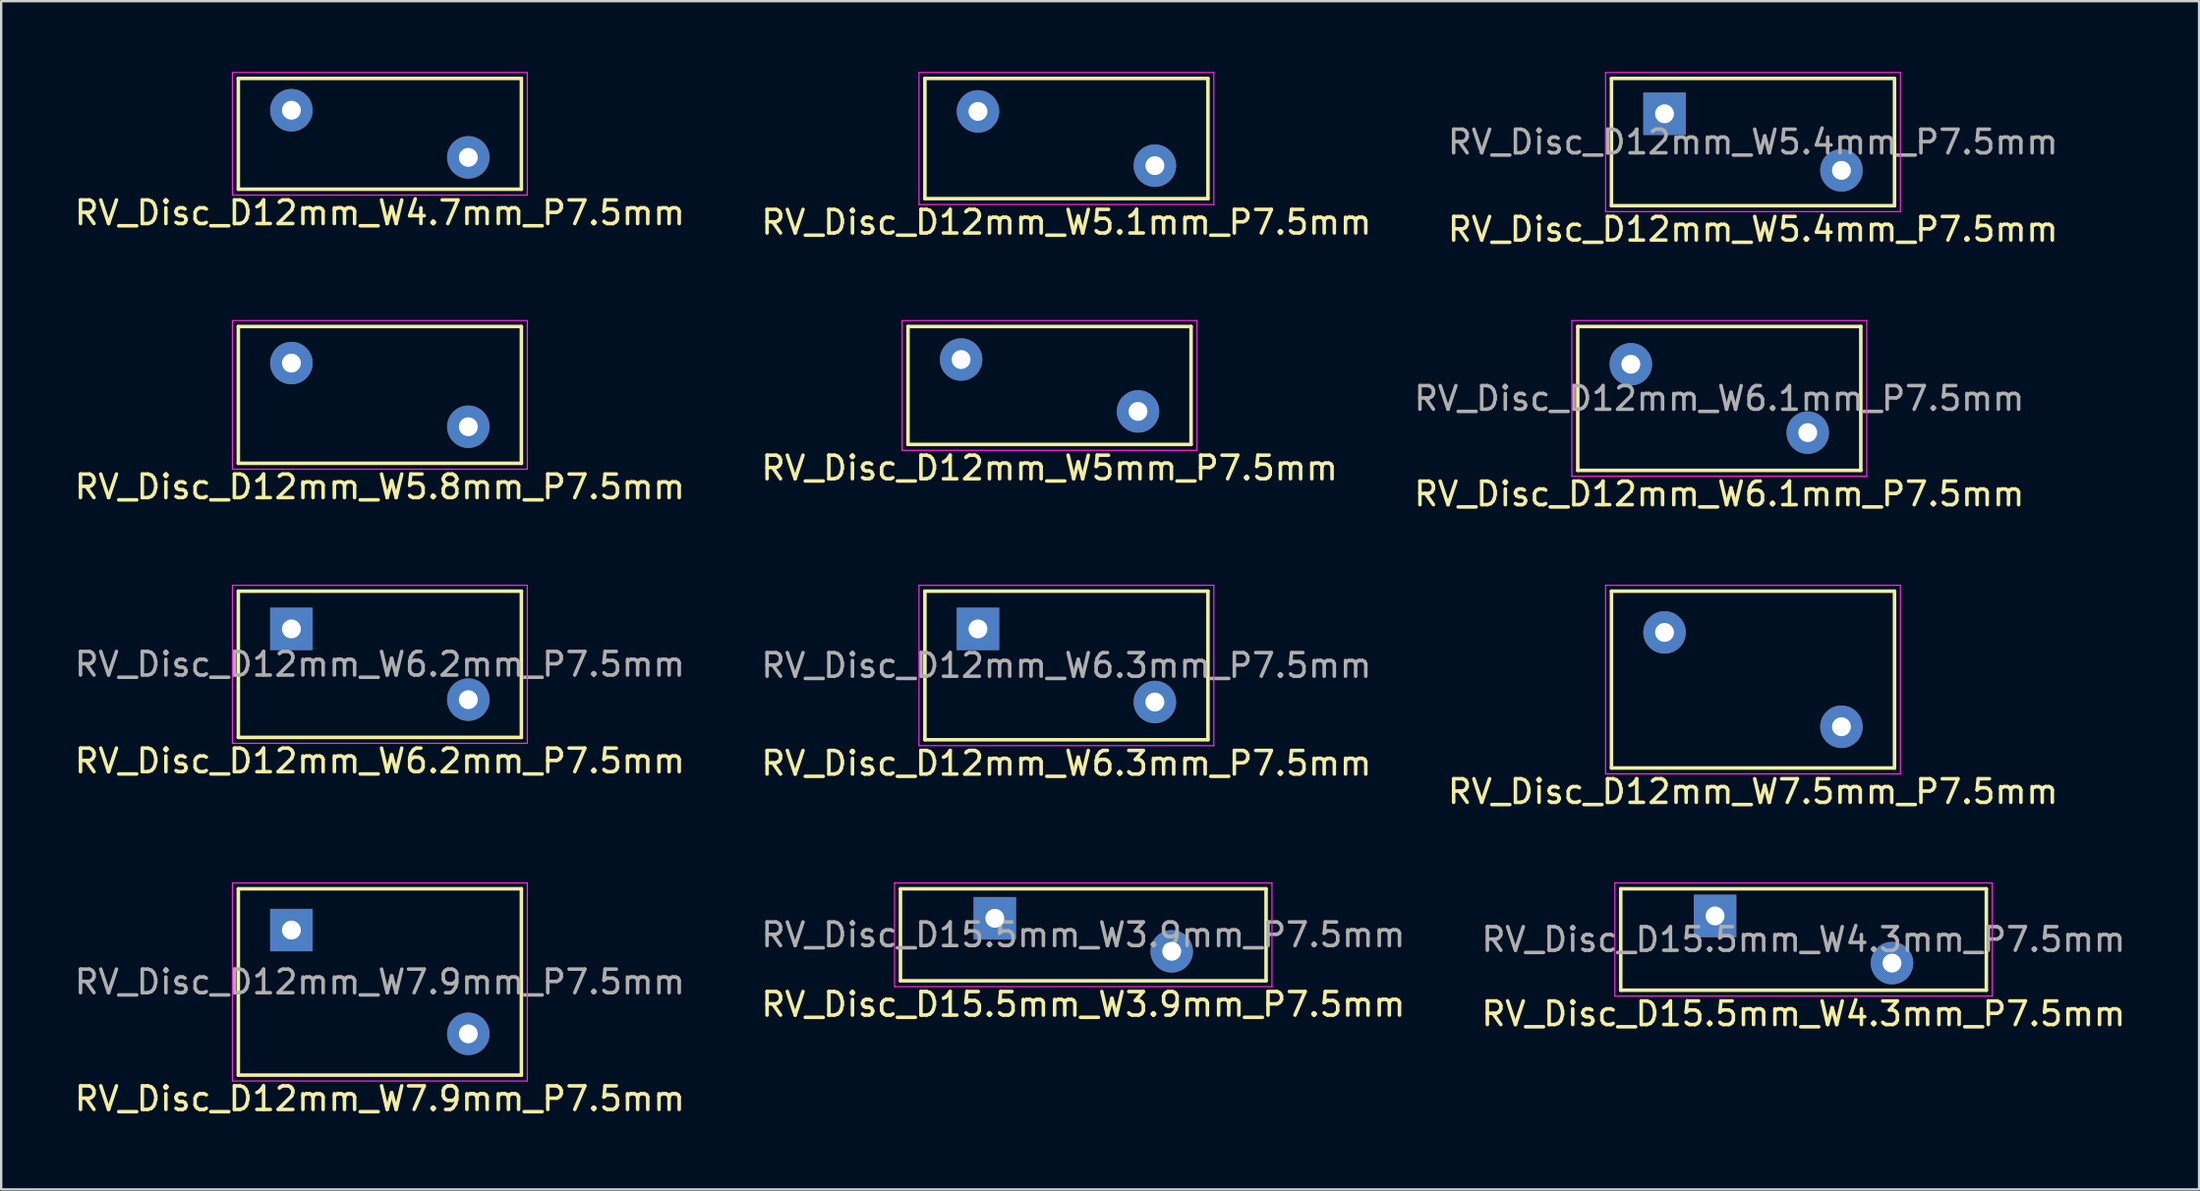
<source format=kicad_pcb>
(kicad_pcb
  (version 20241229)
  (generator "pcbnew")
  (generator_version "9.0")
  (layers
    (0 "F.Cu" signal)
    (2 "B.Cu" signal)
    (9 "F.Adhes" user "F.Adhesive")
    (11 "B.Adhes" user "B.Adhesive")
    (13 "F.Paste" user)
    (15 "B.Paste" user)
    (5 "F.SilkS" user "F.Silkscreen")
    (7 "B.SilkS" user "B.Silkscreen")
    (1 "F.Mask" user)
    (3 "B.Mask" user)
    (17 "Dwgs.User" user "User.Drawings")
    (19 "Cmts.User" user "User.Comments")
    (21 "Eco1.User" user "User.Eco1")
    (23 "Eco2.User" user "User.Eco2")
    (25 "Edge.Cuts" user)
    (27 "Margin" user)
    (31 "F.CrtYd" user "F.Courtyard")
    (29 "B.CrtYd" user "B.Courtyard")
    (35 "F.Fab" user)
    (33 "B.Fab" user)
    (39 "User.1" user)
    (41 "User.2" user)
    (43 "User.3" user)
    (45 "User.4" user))
  (footprint "RV_Disc_D15.5mm_W4.3mm_P7.5mm"
    (layer "F.Cu")
    (at 69.661 35.795)
    (property "Reference" "RV_Disc_D15.5mm_W4.3mm_P7.5mm" (at 3.75 4.15 0) (layer "F.SilkS") (effects (font (size 1 1) (thickness 0.15))))
    (attr through_hole)
    (fp_line (start -4 -1.15) (end -4 3.15) (stroke (width 0.15) (type solid)) (layer "F.SilkS"))
    (fp_line (start -4 -1.15) (end 11.5 -1.15) (stroke (width 0.15) (type solid)) (layer "F.SilkS"))
    (fp_line (start -4 3.15) (end 11.5 3.15) (stroke (width 0.15) (type solid)) (layer "F.SilkS"))
    (fp_line (start 11.5 -1.15) (end 11.5 3.15) (stroke (width 0.15) (type solid)) (layer "F.SilkS"))
    (fp_line (start -4.25 -1.4) (end -4.25 3.4) (stroke (width 0.05) (type solid)) (layer "F.CrtYd"))
    (fp_line (start -4.25 -1.4) (end 11.75 -1.4) (stroke (width 0.05) (type solid)) (layer "F.CrtYd"))
    (fp_line (start -4.25 3.4) (end 11.75 3.4) (stroke (width 0.05) (type solid)) (layer "F.CrtYd"))
    (fp_line (start 11.75 -1.4) (end 11.75 3.4) (stroke (width 0.05) (type solid)) (layer "F.CrtYd"))
    (fp_text user "${REFERENCE}" (at 3.75 1 0) (layer "F.Fab") (effects (font (size 1 1) (thickness 0.15))))
    (pad "1" thru_hole rect (at 0 0) (size 1.8 1.8) (drill 0.8) (layers "*.Cu" "*.Mask"))
    (pad "2" thru_hole circle (at 7.5 2) (size 1.8 1.8) (drill 0.8) (layers "*.Cu" "*.Mask")))
  (footprint "RV_Disc_D12mm_W5.1mm_P7.5mm"
    (layer "F.Cu")
    (at 38.411 1.675)
    (property "Reference" "RV_Disc_D12mm_W5.1mm_P7.5mm" (at 3.75 4.7 0) (layer "F.SilkS") (effects (font (size 1 1) (thickness 0.15))))
    (attr through_hole)
    (fp_line (start -2.25 -1.4) (end -2.25 3.7) (stroke (width 0.15) (type solid)) (layer "F.SilkS"))
    (fp_line (start -2.25 -1.4) (end 9.75 -1.4) (stroke (width 0.15) (type solid)) (layer "F.SilkS"))
    (fp_line (start -2.25 3.7) (end 9.75 3.7) (stroke (width 0.15) (type solid)) (layer "F.SilkS"))
    (fp_line (start 9.75 -1.4) (end 9.75 3.7) (stroke (width 0.15) (type solid)) (layer "F.SilkS"))
    (fp_line (start -2.5 -1.65) (end -2.5 3.95) (stroke (width 0.05) (type solid)) (layer "F.CrtYd"))
    (fp_line (start -2.5 -1.65) (end 10 -1.65) (stroke (width 0.05) (type solid)) (layer "F.CrtYd"))
    (fp_line (start -2.5 3.95) (end 10 3.95) (stroke (width 0.05) (type solid)) (layer "F.CrtYd"))
    (fp_line (start 10 -1.65) (end 10 3.95) (stroke (width 0.05) (type solid)) (layer "F.CrtYd"))
    (pad "1" thru_hole circle (at 0 0) (size 1.8 1.8) (drill 0.8) (layers "*.Cu" "*.Mask"))
    (pad "2" thru_hole circle (at 7.5 2.3) (size 1.8 1.8) (drill 0.8) (layers "*.Cu" "*.Mask")))
  (footprint "RV_Disc_D12mm_W6.3mm_P7.5mm"
    (layer "F.Cu")
    (at 38.411 23.622)
    (property "Reference" "RV_Disc_D12mm_W6.3mm_P7.5mm" (at 3.75 5.7 0) (layer "F.SilkS") (effects (font (size 1 1) (thickness 0.15))))
    (attr through_hole)
    (fp_line (start -2.25 -1.6) (end -2.25 4.7) (stroke (width 0.15) (type solid)) (layer "F.SilkS"))
    (fp_line (start -2.25 -1.6) (end 9.75 -1.6) (stroke (width 0.15) (type solid)) (layer "F.SilkS"))
    (fp_line (start -2.25 4.7) (end 9.75 4.7) (stroke (width 0.15) (type solid)) (layer "F.SilkS"))
    (fp_line (start 9.75 -1.6) (end 9.75 4.7) (stroke (width 0.15) (type solid)) (layer "F.SilkS"))
    (fp_line (start -2.5 -1.85) (end -2.5 4.95) (stroke (width 0.05) (type solid)) (layer "F.CrtYd"))
    (fp_line (start -2.5 -1.85) (end 10 -1.85) (stroke (width 0.05) (type solid)) (layer "F.CrtYd"))
    (fp_line (start -2.5 4.95) (end 10 4.95) (stroke (width 0.05) (type solid)) (layer "F.CrtYd"))
    (fp_line (start 10 -1.85) (end 10 4.95) (stroke (width 0.05) (type solid)) (layer "F.CrtYd"))
    (fp_text user "${REFERENCE}" (at 3.75 1.55 0) (layer "F.Fab") (effects (font (size 1 1) (thickness 0.15))))
    (pad "1" thru_hole rect (at 0 0) (size 1.8 1.8) (drill 0.8) (layers "*.Cu" "*.Mask"))
    (pad "2" thru_hole circle (at 7.5 3.1) (size 1.8 1.8) (drill 0.8) (layers "*.Cu" "*.Mask")))
  (footprint "RV_Disc_D12mm_W7.9mm_P7.5mm"
    (layer "F.Cu")
    (at 9.304 36.395)
    (property "Reference" "RV_Disc_D12mm_W7.9mm_P7.5mm" (at 3.75 7.15 0) (layer "F.SilkS") (effects (font (size 1 1) (thickness 0.15))))
    (attr through_hole)
    (fp_line (start -2.25 -1.75) (end -2.25 6.15) (stroke (width 0.15) (type solid)) (layer "F.SilkS"))
    (fp_line (start -2.25 -1.75) (end 9.75 -1.75) (stroke (width 0.15) (type solid)) (layer "F.SilkS"))
    (fp_line (start -2.25 6.15) (end 9.75 6.15) (stroke (width 0.15) (type solid)) (layer "F.SilkS"))
    (fp_line (start 9.75 -1.75) (end 9.75 6.15) (stroke (width 0.15) (type solid)) (layer "F.SilkS"))
    (fp_line (start -2.5 -2) (end -2.5 6.4) (stroke (width 0.05) (type solid)) (layer "F.CrtYd"))
    (fp_line (start -2.5 -2) (end 10 -2) (stroke (width 0.05) (type solid)) (layer "F.CrtYd"))
    (fp_line (start -2.5 6.4) (end 10 6.4) (stroke (width 0.05) (type solid)) (layer "F.CrtYd"))
    (fp_line (start 10 -2) (end 10 6.4) (stroke (width 0.05) (type solid)) (layer "F.CrtYd"))
    (fp_text user "${REFERENCE}" (at 3.75 2.2 0) (layer "F.Fab") (effects (font (size 1 1) (thickness 0.15))))
    (pad "1" thru_hole rect (at 0 0) (size 1.8 1.8) (drill 0.8) (layers "*.Cu" "*.Mask"))
    (pad "2" thru_hole circle (at 7.5 4.4) (size 1.8 1.8) (drill 0.8) (layers "*.Cu" "*.Mask")))
  (footprint "RV_Disc_D12mm_W7.5mm_P7.5mm"
    (layer "F.Cu")
    (at 67.518 23.771)
    (property "Reference" "RV_Disc_D12mm_W7.5mm_P7.5mm" (at 3.75 6.75 0) (layer "F.SilkS") (effects (font (size 1 1) (thickness 0.15))))
    (attr through_hole)
    (fp_line (start -2.25 -1.75) (end -2.25 5.75) (stroke (width 0.15) (type solid)) (layer "F.SilkS"))
    (fp_line (start -2.25 -1.75) (end 9.75 -1.75) (stroke (width 0.15) (type solid)) (layer "F.SilkS"))
    (fp_line (start -2.25 5.75) (end 9.75 5.75) (stroke (width 0.15) (type solid)) (layer "F.SilkS"))
    (fp_line (start 9.75 -1.75) (end 9.75 5.75) (stroke (width 0.15) (type solid)) (layer "F.SilkS"))
    (fp_line (start -2.5 -2) (end -2.5 6) (stroke (width 0.05) (type solid)) (layer "F.CrtYd"))
    (fp_line (start -2.5 -2) (end 10 -2) (stroke (width 0.05) (type solid)) (layer "F.CrtYd"))
    (fp_line (start -2.5 6) (end 10 6) (stroke (width 0.05) (type solid)) (layer "F.CrtYd"))
    (fp_line (start 10 -2) (end 10 6) (stroke (width 0.05) (type solid)) (layer "F.CrtYd"))
    (pad "1" thru_hole circle (at 0 0) (size 1.8 1.8) (drill 0.8) (layers "*.Cu" "*.Mask"))
    (pad "2" thru_hole circle (at 7.5 4) (size 1.8 1.8) (drill 0.8) (layers "*.Cu" "*.Mask")))
  (footprint "RV_Disc_D12mm_W6.1mm_P7.5mm"
    (layer "F.Cu")
    (at 66.089 12.398)
    (property "Reference" "RV_Disc_D12mm_W6.1mm_P7.5mm" (at 3.75 5.5 0) (layer "F.SilkS") (effects (font (size 1 1) (thickness 0.15))))
    (attr through_hole)
    (fp_line (start -2.25 -1.6) (end -2.25 4.5) (stroke (width 0.15) (type solid)) (layer "F.SilkS"))
    (fp_line (start -2.25 -1.6) (end 9.75 -1.6) (stroke (width 0.15) (type solid)) (layer "F.SilkS"))
    (fp_line (start -2.25 4.5) (end 9.75 4.5) (stroke (width 0.15) (type solid)) (layer "F.SilkS"))
    (fp_line (start 9.75 -1.6) (end 9.75 4.5) (stroke (width 0.15) (type solid)) (layer "F.SilkS"))
    (fp_line (start -2.5 -1.85) (end -2.5 4.75) (stroke (width 0.05) (type solid)) (layer "F.CrtYd"))
    (fp_line (start -2.5 -1.85) (end 10 -1.85) (stroke (width 0.05) (type solid)) (layer "F.CrtYd"))
    (fp_line (start -2.5 4.75) (end 10 4.75) (stroke (width 0.05) (type solid)) (layer "F.CrtYd"))
    (fp_line (start 10 -1.85) (end 10 4.75) (stroke (width 0.05) (type solid)) (layer "F.CrtYd"))
    (fp_text user "${REFERENCE}" (at 3.75 1.45 0) (layer "F.Fab") (effects (font (size 1 1) (thickness 0.15))))
    (pad "1" thru_hole circle (at 0 0) (size 1.8 1.8) (drill 0.8) (layers "*.Cu" "*.Mask"))
    (pad "2" thru_hole circle (at 7.5 2.9) (size 1.8 1.8) (drill 0.8) (layers "*.Cu" "*.Mask")))
  (footprint "RV_Disc_D12mm_W6.2mm_P7.5mm"
    (layer "F.Cu")
    (at 9.304 23.622)
    (property "Reference" "RV_Disc_D12mm_W6.2mm_P7.5mm" (at 3.75 5.6 0) (layer "F.SilkS") (effects (font (size 1 1) (thickness 0.15))))
    (attr through_hole)
    (fp_line (start -2.25 -1.6) (end -2.25 4.6) (stroke (width 0.15) (type solid)) (layer "F.SilkS"))
    (fp_line (start -2.25 -1.6) (end 9.75 -1.6) (stroke (width 0.15) (type solid)) (layer "F.SilkS"))
    (fp_line (start -2.25 4.6) (end 9.75 4.6) (stroke (width 0.15) (type solid)) (layer "F.SilkS"))
    (fp_line (start 9.75 -1.6) (end 9.75 4.6) (stroke (width 0.15) (type solid)) (layer "F.SilkS"))
    (fp_line (start -2.5 -1.85) (end -2.5 4.85) (stroke (width 0.05) (type solid)) (layer "F.CrtYd"))
    (fp_line (start -2.5 -1.85) (end 10 -1.85) (stroke (width 0.05) (type solid)) (layer "F.CrtYd"))
    (fp_line (start -2.5 4.85) (end 10 4.85) (stroke (width 0.05) (type solid)) (layer "F.CrtYd"))
    (fp_line (start 10 -1.85) (end 10 4.85) (stroke (width 0.05) (type solid)) (layer "F.CrtYd"))
    (fp_text user "${REFERENCE}" (at 3.75 1.5 0) (layer "F.Fab") (effects (font (size 1 1) (thickness 0.15))))
    (pad "1" thru_hole rect (at 0 0) (size 1.8 1.8) (drill 0.8) (layers "*.Cu" "*.Mask"))
    (pad "2" thru_hole circle (at 7.5 3) (size 1.8 1.8) (drill 0.8) (layers "*.Cu" "*.Mask")))
  (footprint "RV_Disc_D12mm_W5.8mm_P7.5mm"
    (layer "F.Cu")
    (at 9.304 12.348)
    (property "Reference" "RV_Disc_D12mm_W5.8mm_P7.5mm" (at 3.75 5.25 0) (layer "F.SilkS") (effects (font (size 1 1) (thickness 0.15))))
    (attr through_hole)
    (fp_line (start -2.25 -1.55) (end -2.25 4.25) (stroke (width 0.15) (type solid)) (layer "F.SilkS"))
    (fp_line (start -2.25 -1.55) (end 9.75 -1.55) (stroke (width 0.15) (type solid)) (layer "F.SilkS"))
    (fp_line (start -2.25 4.25) (end 9.75 4.25) (stroke (width 0.15) (type solid)) (layer "F.SilkS"))
    (fp_line (start 9.75 -1.55) (end 9.75 4.25) (stroke (width 0.15) (type solid)) (layer "F.SilkS"))
    (fp_line (start -2.5 -1.8) (end -2.5 4.5) (stroke (width 0.05) (type solid)) (layer "F.CrtYd"))
    (fp_line (start -2.5 -1.8) (end 10 -1.8) (stroke (width 0.05) (type solid)) (layer "F.CrtYd"))
    (fp_line (start -2.5 4.5) (end 10 4.5) (stroke (width 0.05) (type solid)) (layer "F.CrtYd"))
    (fp_line (start 10 -1.8) (end 10 4.5) (stroke (width 0.05) (type solid)) (layer "F.CrtYd"))
    (pad "1" thru_hole circle (at 0 0) (size 1.8 1.8) (drill 0.8) (layers "*.Cu" "*.Mask"))
    (pad "2" thru_hole circle (at 7.5 2.7) (size 1.8 1.8) (drill 0.8) (layers "*.Cu" "*.Mask")))
  (footprint "RV_Disc_D15.5mm_W3.9mm_P7.5mm"
    (layer "F.Cu")
    (at 39.125 35.895)
    (property "Reference" "RV_Disc_D15.5mm_W3.9mm_P7.5mm" (at 3.75 3.65 0) (layer "F.SilkS") (effects (font (size 1 1) (thickness 0.15))))
    (attr through_hole)
    (fp_line (start -4 -1.25) (end -4 2.65) (stroke (width 0.15) (type solid)) (layer "F.SilkS"))
    (fp_line (start -4 -1.25) (end 11.5 -1.25) (stroke (width 0.15) (type solid)) (layer "F.SilkS"))
    (fp_line (start -4 2.65) (end 11.5 2.65) (stroke (width 0.15) (type solid)) (layer "F.SilkS"))
    (fp_line (start 11.5 -1.25) (end 11.5 2.65) (stroke (width 0.15) (type solid)) (layer "F.SilkS"))
    (fp_line (start -4.25 -1.5) (end -4.25 2.9) (stroke (width 0.05) (type solid)) (layer "F.CrtYd"))
    (fp_line (start -4.25 -1.5) (end 11.75 -1.5) (stroke (width 0.05) (type solid)) (layer "F.CrtYd"))
    (fp_line (start -4.25 2.9) (end 11.75 2.9) (stroke (width 0.05) (type solid)) (layer "F.CrtYd"))
    (fp_line (start 11.75 -1.5) (end 11.75 2.9) (stroke (width 0.05) (type solid)) (layer "F.CrtYd"))
    (fp_text user "${REFERENCE}" (at 3.75 0.7 0) (layer "F.Fab") (effects (font (size 1 1) (thickness 0.15))))
    (pad "1" thru_hole rect (at 0 0) (size 1.8 1.8) (drill 0.8) (layers "*.Cu" "*.Mask"))
    (pad "2" thru_hole circle (at 7.5 1.4) (size 1.8 1.8) (drill 0.8) (layers "*.Cu" "*.Mask")))
  (footprint "RV_Disc_D12mm_W5.4mm_P7.5mm"
    (layer "F.Cu")
    (at 67.518 1.775)
    (property "Reference" "RV_Disc_D12mm_W5.4mm_P7.5mm" (at 3.75 4.9 0) (layer "F.SilkS") (effects (font (size 1 1) (thickness 0.15))))
    (attr through_hole)
    (fp_line (start -2.25 -1.5) (end -2.25 3.9) (stroke (width 0.15) (type solid)) (layer "F.SilkS"))
    (fp_line (start -2.25 -1.5) (end 9.75 -1.5) (stroke (width 0.15) (type solid)) (layer "F.SilkS"))
    (fp_line (start -2.25 3.9) (end 9.75 3.9) (stroke (width 0.15) (type solid)) (layer "F.SilkS"))
    (fp_line (start 9.75 -1.5) (end 9.75 3.9) (stroke (width 0.15) (type solid)) (layer "F.SilkS"))
    (fp_line (start -2.5 -1.75) (end -2.5 4.15) (stroke (width 0.05) (type solid)) (layer "F.CrtYd"))
    (fp_line (start -2.5 -1.75) (end 10 -1.75) (stroke (width 0.05) (type solid)) (layer "F.CrtYd"))
    (fp_line (start -2.5 4.15) (end 10 4.15) (stroke (width 0.05) (type solid)) (layer "F.CrtYd"))
    (fp_line (start 10 -1.75) (end 10 4.15) (stroke (width 0.05) (type solid)) (layer "F.CrtYd"))
    (fp_text user "${REFERENCE}" (at 3.75 1.2 0) (layer "F.Fab") (effects (font (size 1 1) (thickness 0.15))))
    (pad "1" thru_hole rect (at 0 0) (size 1.8 1.8) (drill 0.8) (layers "*.Cu" "*.Mask"))
    (pad "2" thru_hole circle (at 7.5 2.4) (size 1.8 1.8) (drill 0.8) (layers "*.Cu" "*.Mask")))
  (footprint "RV_Disc_D12mm_W4.7mm_P7.5mm"
    (layer "F.Cu")
    (at 9.304 1.625)
    (property "Reference" "RV_Disc_D12mm_W4.7mm_P7.5mm" (at 3.75 4.35 0) (layer "F.SilkS") (effects (font (size 1 1) (thickness 0.15))))
    (attr through_hole)
    (fp_line (start -2.25 -1.35) (end -2.25 3.35) (stroke (width 0.15) (type solid)) (layer "F.SilkS"))
    (fp_line (start -2.25 -1.35) (end 9.75 -1.35) (stroke (width 0.15) (type solid)) (layer "F.SilkS"))
    (fp_line (start -2.25 3.35) (end 9.75 3.35) (stroke (width 0.15) (type solid)) (layer "F.SilkS"))
    (fp_line (start 9.75 -1.35) (end 9.75 3.35) (stroke (width 0.15) (type solid)) (layer "F.SilkS"))
    (fp_line (start -2.5 -1.6) (end -2.5 3.6) (stroke (width 0.05) (type solid)) (layer "F.CrtYd"))
    (fp_line (start -2.5 -1.6) (end 10 -1.6) (stroke (width 0.05) (type solid)) (layer "F.CrtYd"))
    (fp_line (start -2.5 3.6) (end 10 3.6) (stroke (width 0.05) (type solid)) (layer "F.CrtYd"))
    (fp_line (start 10 -1.6) (end 10 3.6) (stroke (width 0.05) (type solid)) (layer "F.CrtYd"))
    (pad "1" thru_hole circle (at 0 0) (size 1.8 1.8) (drill 0.8) (layers "*.Cu" "*.Mask"))
    (pad "2" thru_hole circle (at 7.5 2) (size 1.8 1.8) (drill 0.8) (layers "*.Cu" "*.Mask")))
  (footprint "RV_Disc_D12mm_W5mm_P7.5mm"
    (layer "F.Cu")
    (at 37.696 12.198)
    (property "Reference" "RV_Disc_D12mm_W5mm_P7.5mm" (at 3.75 4.6 0) (layer "F.SilkS") (effects (font (size 1 1) (thickness 0.15))))
    (attr through_hole)
    (fp_line (start -2.25 -1.4) (end -2.25 3.6) (stroke (width 0.15) (type solid)) (layer "F.SilkS"))
    (fp_line (start -2.25 -1.4) (end 9.75 -1.4) (stroke (width 0.15) (type solid)) (layer "F.SilkS"))
    (fp_line (start -2.25 3.6) (end 9.75 3.6) (stroke (width 0.15) (type solid)) (layer "F.SilkS"))
    (fp_line (start 9.75 -1.4) (end 9.75 3.6) (stroke (width 0.15) (type solid)) (layer "F.SilkS"))
    (fp_line (start -2.5 -1.65) (end -2.5 3.85) (stroke (width 0.05) (type solid)) (layer "F.CrtYd"))
    (fp_line (start -2.5 -1.65) (end 10 -1.65) (stroke (width 0.05) (type solid)) (layer "F.CrtYd"))
    (fp_line (start -2.5 3.85) (end 10 3.85) (stroke (width 0.05) (type solid)) (layer "F.CrtYd"))
    (fp_line (start 10 -1.65) (end 10 3.85) (stroke (width 0.05) (type solid)) (layer "F.CrtYd"))
    (pad "1" thru_hole circle (at 0 0) (size 1.8 1.8) (drill 0.8) (layers "*.Cu" "*.Mask"))
    (pad "2" thru_hole circle (at 7.5 2.2) (size 1.8 1.8) (drill 0.8) (layers "*.Cu" "*.Mask")))
  (gr_rect
    (start -3 -3)
    (end 90.179 47.393)
    (stroke (width 0.1) (type default))
    (fill no)
    (layer "Edge.Cuts")))
</source>
